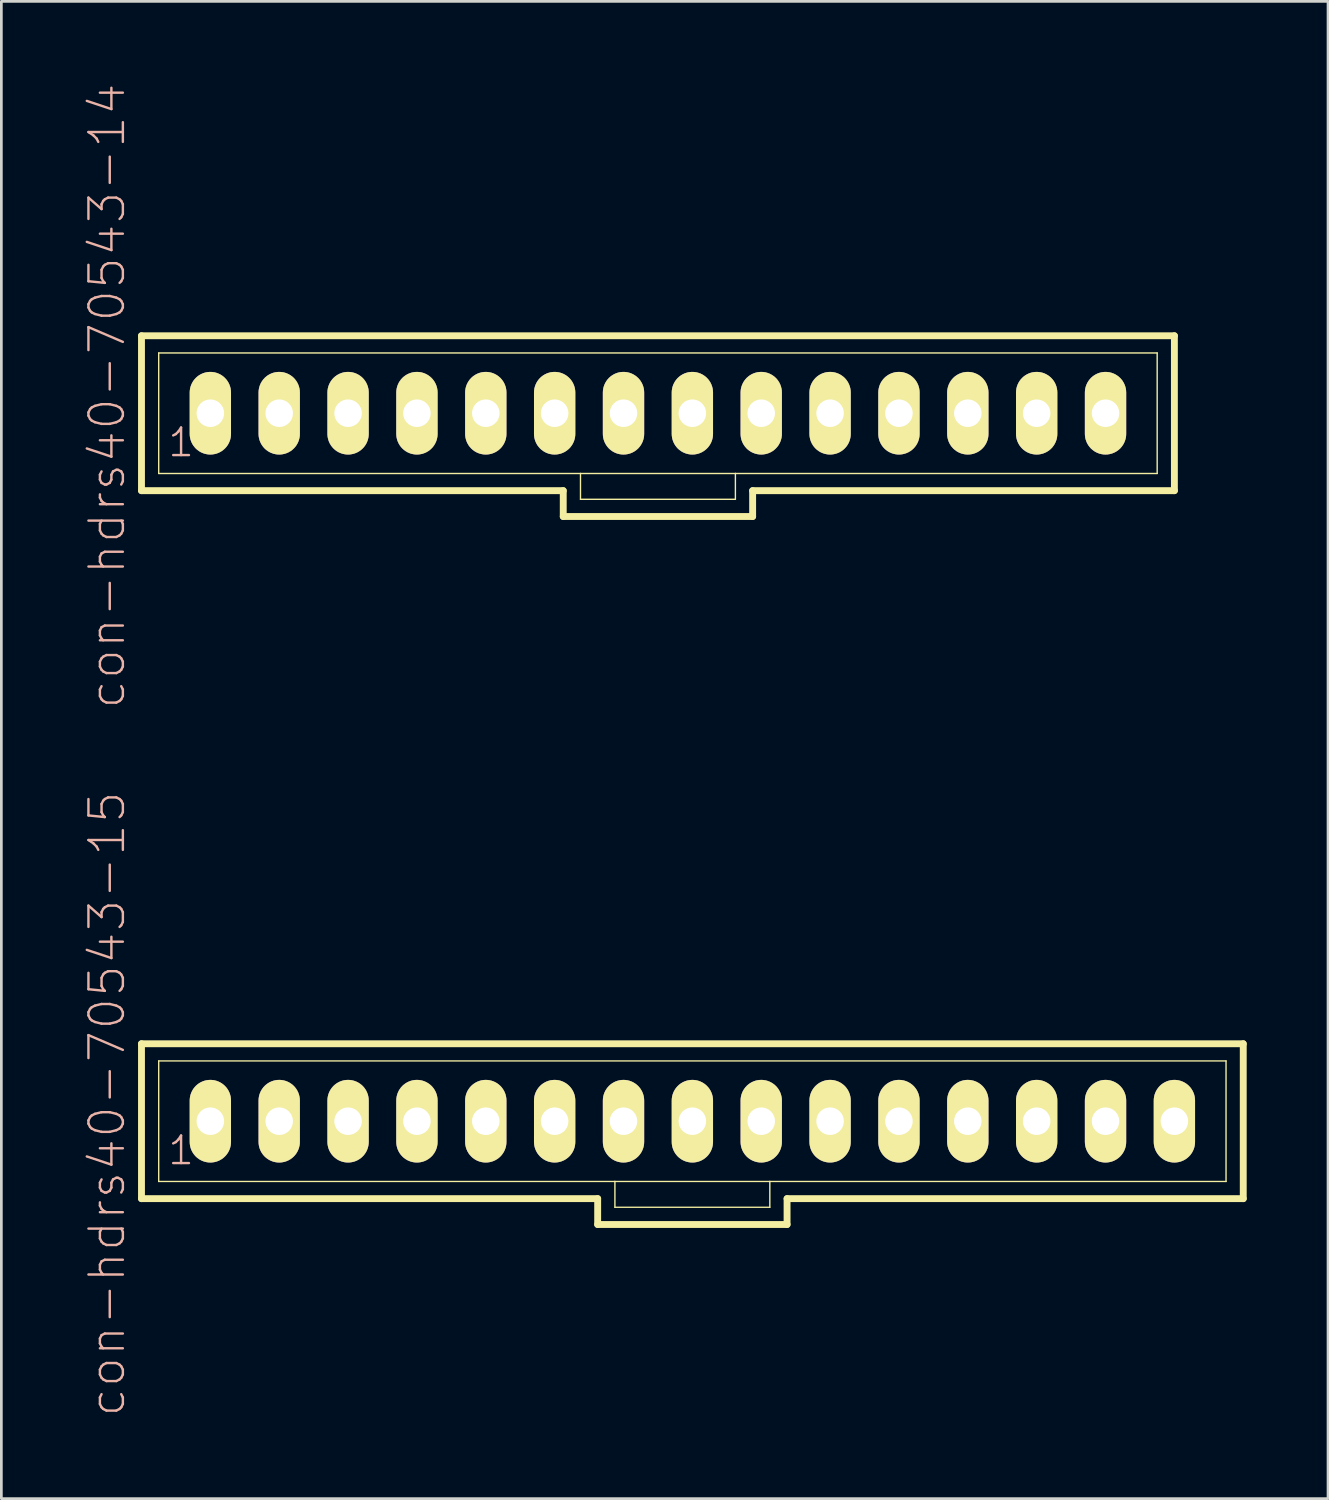
<source format=kicad_pcb>
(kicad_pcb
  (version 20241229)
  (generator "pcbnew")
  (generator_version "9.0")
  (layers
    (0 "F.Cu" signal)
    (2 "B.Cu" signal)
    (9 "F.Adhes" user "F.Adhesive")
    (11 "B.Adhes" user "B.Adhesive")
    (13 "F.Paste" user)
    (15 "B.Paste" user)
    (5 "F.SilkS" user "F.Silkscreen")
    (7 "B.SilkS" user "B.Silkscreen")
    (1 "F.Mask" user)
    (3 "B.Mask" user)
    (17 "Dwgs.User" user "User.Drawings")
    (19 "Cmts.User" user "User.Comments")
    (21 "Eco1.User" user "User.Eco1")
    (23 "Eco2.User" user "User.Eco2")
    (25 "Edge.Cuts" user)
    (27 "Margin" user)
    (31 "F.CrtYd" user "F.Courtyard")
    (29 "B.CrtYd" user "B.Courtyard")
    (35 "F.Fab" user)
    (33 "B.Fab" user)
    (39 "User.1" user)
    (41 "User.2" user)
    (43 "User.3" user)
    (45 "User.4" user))
  (footprint "con-hdrs40-70543-14"
    (layer "F.Cu")
    (at 21.219 12.192)
    (property "Reference" "con-hdrs40-70543-14" (at -20.32 -0.635 90) (layer "B.SilkS") (effects (font (size 1.27 1.27) (thickness 0.089))))
    (attr exclude_from_pos_files exclude_from_bom)
    (fp_line (start -19.05 -2.857) (end -19.05 2.857) (stroke (width 0.254) (type solid)) (layer "F.SilkS"))
    (fp_line (start -19.05 2.857) (end -3.493 2.857) (stroke (width 0.254) (type solid)) (layer "F.SilkS"))
    (fp_line (start -18.415 -2.223) (end -18.415 2.223) (stroke (width 0.051) (type solid)) (layer "F.SilkS"))
    (fp_line (start -18.415 -2.223) (end 18.415 -2.223) (stroke (width 0.051) (type solid)) (layer "F.SilkS"))
    (fp_line (start -18.415 2.223) (end -2.857 2.223) (stroke (width 0.051) (type solid)) (layer "F.SilkS"))
    (fp_line (start -16.746 -0.236) (end -16.271 -0.236) (stroke (width 0.066) (type solid)) (layer "F.SilkS"))
    (fp_line (start -16.746 0.236) (end -16.746 -0.236) (stroke (width 0.066) (type solid)) (layer "F.SilkS"))
    (fp_line (start -16.746 0.236) (end -16.271 0.236) (stroke (width 0.066) (type solid)) (layer "F.SilkS"))
    (fp_line (start -16.271 0.236) (end -16.271 -0.236) (stroke (width 0.066) (type solid)) (layer "F.SilkS"))
    (fp_line (start -14.206 -0.236) (end -13.731 -0.236) (stroke (width 0.066) (type solid)) (layer "F.SilkS"))
    (fp_line (start -14.206 0.236) (end -14.206 -0.236) (stroke (width 0.066) (type solid)) (layer "F.SilkS"))
    (fp_line (start -14.206 0.236) (end -13.731 0.236) (stroke (width 0.066) (type solid)) (layer "F.SilkS"))
    (fp_line (start -13.731 0.236) (end -13.731 -0.236) (stroke (width 0.066) (type solid)) (layer "F.SilkS"))
    (fp_line (start -11.666 -0.236) (end -11.191 -0.236) (stroke (width 0.066) (type solid)) (layer "F.SilkS"))
    (fp_line (start -11.666 0.236) (end -11.666 -0.236) (stroke (width 0.066) (type solid)) (layer "F.SilkS"))
    (fp_line (start -11.666 0.236) (end -11.191 0.236) (stroke (width 0.066) (type solid)) (layer "F.SilkS"))
    (fp_line (start -11.191 0.236) (end -11.191 -0.236) (stroke (width 0.066) (type solid)) (layer "F.SilkS"))
    (fp_line (start -9.126 -0.236) (end -8.651 -0.236) (stroke (width 0.066) (type solid)) (layer "F.SilkS"))
    (fp_line (start -9.126 0.236) (end -9.126 -0.236) (stroke (width 0.066) (type solid)) (layer "F.SilkS"))
    (fp_line (start -9.126 0.236) (end -8.651 0.236) (stroke (width 0.066) (type solid)) (layer "F.SilkS"))
    (fp_line (start -8.651 0.236) (end -8.651 -0.236) (stroke (width 0.066) (type solid)) (layer "F.SilkS"))
    (fp_line (start -6.586 -0.236) (end -6.111 -0.236) (stroke (width 0.066) (type solid)) (layer "F.SilkS"))
    (fp_line (start -6.586 0.236) (end -6.586 -0.236) (stroke (width 0.066) (type solid)) (layer "F.SilkS"))
    (fp_line (start -6.586 0.236) (end -6.111 0.236) (stroke (width 0.066) (type solid)) (layer "F.SilkS"))
    (fp_line (start -6.111 0.236) (end -6.111 -0.236) (stroke (width 0.066) (type solid)) (layer "F.SilkS"))
    (fp_line (start -4.046 -0.236) (end -3.571 -0.236) (stroke (width 0.066) (type solid)) (layer "F.SilkS"))
    (fp_line (start -4.046 0.236) (end -4.046 -0.236) (stroke (width 0.066) (type solid)) (layer "F.SilkS"))
    (fp_line (start -4.046 0.236) (end -3.571 0.236) (stroke (width 0.066) (type solid)) (layer "F.SilkS"))
    (fp_line (start -3.571 0.236) (end -3.571 -0.236) (stroke (width 0.066) (type solid)) (layer "F.SilkS"))
    (fp_line (start -3.493 2.857) (end -3.493 3.81) (stroke (width 0.254) (type solid)) (layer "F.SilkS"))
    (fp_line (start -3.493 3.81) (end 3.493 3.81) (stroke (width 0.254) (type solid)) (layer "F.SilkS"))
    (fp_line (start -2.857 2.223) (end -2.857 3.175) (stroke (width 0.051) (type solid)) (layer "F.SilkS"))
    (fp_line (start -2.857 2.223) (end 2.857 2.223) (stroke (width 0.051) (type solid)) (layer "F.SilkS"))
    (fp_line (start -1.506 -0.236) (end -1.031 -0.236) (stroke (width 0.066) (type solid)) (layer "F.SilkS"))
    (fp_line (start -1.506 0.236) (end -1.506 -0.236) (stroke (width 0.066) (type solid)) (layer "F.SilkS"))
    (fp_line (start -1.506 0.236) (end -1.031 0.236) (stroke (width 0.066) (type solid)) (layer "F.SilkS"))
    (fp_line (start -1.031 0.236) (end -1.031 -0.236) (stroke (width 0.066) (type solid)) (layer "F.SilkS"))
    (fp_line (start 1.031 -0.236) (end 1.506 -0.236) (stroke (width 0.066) (type solid)) (layer "F.SilkS"))
    (fp_line (start 1.031 0.236) (end 1.031 -0.236) (stroke (width 0.066) (type solid)) (layer "F.SilkS"))
    (fp_line (start 1.031 0.236) (end 1.506 0.236) (stroke (width 0.066) (type solid)) (layer "F.SilkS"))
    (fp_line (start 1.506 0.236) (end 1.506 -0.236) (stroke (width 0.066) (type solid)) (layer "F.SilkS"))
    (fp_line (start 2.857 2.223) (end 2.857 3.175) (stroke (width 0.051) (type solid)) (layer "F.SilkS"))
    (fp_line (start 2.857 2.223) (end 18.415 2.223) (stroke (width 0.051) (type solid)) (layer "F.SilkS"))
    (fp_line (start 2.857 3.175) (end -2.857 3.175) (stroke (width 0.051) (type solid)) (layer "F.SilkS"))
    (fp_line (start 3.493 2.857) (end 19.05 2.857) (stroke (width 0.254) (type solid)) (layer "F.SilkS"))
    (fp_line (start 3.493 3.81) (end 3.493 2.857) (stroke (width 0.254) (type solid)) (layer "F.SilkS"))
    (fp_line (start 3.571 -0.236) (end 4.046 -0.236) (stroke (width 0.066) (type solid)) (layer "F.SilkS"))
    (fp_line (start 3.571 0.236) (end 3.571 -0.236) (stroke (width 0.066) (type solid)) (layer "F.SilkS"))
    (fp_line (start 3.571 0.236) (end 4.046 0.236) (stroke (width 0.066) (type solid)) (layer "F.SilkS"))
    (fp_line (start 4.046 0.236) (end 4.046 -0.236) (stroke (width 0.066) (type solid)) (layer "F.SilkS"))
    (fp_line (start 6.111 -0.236) (end 6.586 -0.236) (stroke (width 0.066) (type solid)) (layer "F.SilkS"))
    (fp_line (start 6.111 0.236) (end 6.111 -0.236) (stroke (width 0.066) (type solid)) (layer "F.SilkS"))
    (fp_line (start 6.111 0.236) (end 6.586 0.236) (stroke (width 0.066) (type solid)) (layer "F.SilkS"))
    (fp_line (start 6.586 0.236) (end 6.586 -0.236) (stroke (width 0.066) (type solid)) (layer "F.SilkS"))
    (fp_line (start 8.651 -0.236) (end 9.126 -0.236) (stroke (width 0.066) (type solid)) (layer "F.SilkS"))
    (fp_line (start 8.651 0.236) (end 8.651 -0.236) (stroke (width 0.066) (type solid)) (layer "F.SilkS"))
    (fp_line (start 8.651 0.236) (end 9.126 0.236) (stroke (width 0.066) (type solid)) (layer "F.SilkS"))
    (fp_line (start 9.126 0.236) (end 9.126 -0.236) (stroke (width 0.066) (type solid)) (layer "F.SilkS"))
    (fp_line (start 11.191 -0.236) (end 11.666 -0.236) (stroke (width 0.066) (type solid)) (layer "F.SilkS"))
    (fp_line (start 11.191 0.236) (end 11.191 -0.236) (stroke (width 0.066) (type solid)) (layer "F.SilkS"))
    (fp_line (start 11.191 0.236) (end 11.666 0.236) (stroke (width 0.066) (type solid)) (layer "F.SilkS"))
    (fp_line (start 11.666 0.236) (end 11.666 -0.236) (stroke (width 0.066) (type solid)) (layer "F.SilkS"))
    (fp_line (start 13.731 -0.236) (end 14.206 -0.236) (stroke (width 0.066) (type solid)) (layer "F.SilkS"))
    (fp_line (start 13.731 0.236) (end 13.731 -0.236) (stroke (width 0.066) (type solid)) (layer "F.SilkS"))
    (fp_line (start 13.731 0.236) (end 14.206 0.236) (stroke (width 0.066) (type solid)) (layer "F.SilkS"))
    (fp_line (start 14.206 0.236) (end 14.206 -0.236) (stroke (width 0.066) (type solid)) (layer "F.SilkS"))
    (fp_line (start 16.271 -0.236) (end 16.746 -0.236) (stroke (width 0.066) (type solid)) (layer "F.SilkS"))
    (fp_line (start 16.271 0.236) (end 16.271 -0.236) (stroke (width 0.066) (type solid)) (layer "F.SilkS"))
    (fp_line (start 16.271 0.236) (end 16.746 0.236) (stroke (width 0.066) (type solid)) (layer "F.SilkS"))
    (fp_line (start 16.746 0.236) (end 16.746 -0.236) (stroke (width 0.066) (type solid)) (layer "F.SilkS"))
    (fp_line (start 18.415 -2.223) (end 18.415 2.223) (stroke (width 0.051) (type solid)) (layer "F.SilkS"))
    (fp_line (start 19.05 -2.857) (end -19.05 -2.857) (stroke (width 0.254) (type solid)) (layer "F.SilkS"))
    (fp_line (start 19.05 2.857) (end 19.05 -2.857) (stroke (width 0.254) (type solid)) (layer "F.SilkS"))
    (fp_text user "1" (at -17.59 1.079 0) (layer "B.SilkS") (effects (font (size 1.016 1.016) (thickness 0.089))))
    (pad "1" thru_hole oval (at -16.51 0) (size 1.524 3.048) (drill 1.016) (layers "*.Cu" "F.Mask" "F.SilkS" "F.Paste"))
    (pad "2" thru_hole oval (at -13.97 0) (size 1.524 3.048) (drill 1.016) (layers "*.Cu" "F.Mask" "F.SilkS" "F.Paste"))
    (pad "3" thru_hole oval (at -11.43 0) (size 1.524 3.048) (drill 1.016) (layers "*.Cu" "F.Mask" "F.SilkS" "F.Paste"))
    (pad "4" thru_hole oval (at -8.89 0) (size 1.524 3.048) (drill 1.016) (layers "*.Cu" "F.Mask" "F.SilkS" "F.Paste"))
    (pad "5" thru_hole oval (at -6.35 0) (size 1.524 3.048) (drill 1.016) (layers "*.Cu" "F.Mask" "F.SilkS" "F.Paste"))
    (pad "6" thru_hole oval (at -3.81 0) (size 1.524 3.048) (drill 1.016) (layers "*.Cu" "F.Mask" "F.SilkS" "F.Paste"))
    (pad "7" thru_hole oval (at -1.27 0) (size 1.524 3.048) (drill 1.016) (layers "*.Cu" "F.Mask" "F.SilkS" "F.Paste"))
    (pad "8" thru_hole oval (at 1.27 0) (size 1.524 3.048) (drill 1.016) (layers "*.Cu" "F.Mask" "F.SilkS" "F.Paste"))
    (pad "9" thru_hole oval (at 3.81 0) (size 1.524 3.048) (drill 1.016) (layers "*.Cu" "F.Mask" "F.SilkS" "F.Paste"))
    (pad "10" thru_hole oval (at 6.35 0) (size 1.524 3.048) (drill 1.016) (layers "*.Cu" "F.Mask" "F.SilkS" "F.Paste"))
    (pad "11" thru_hole oval (at 8.89 0) (size 1.524 3.048) (drill 1.016) (layers "*.Cu" "F.Mask" "F.SilkS" "F.Paste"))
    (pad "12" thru_hole oval (at 11.43 0) (size 1.524 3.048) (drill 1.016) (layers "*.Cu" "F.Mask" "F.SilkS" "F.Paste"))
    (pad "13" thru_hole oval (at 13.97 0) (size 1.524 3.048) (drill 1.016) (layers "*.Cu" "F.Mask" "F.SilkS" "F.Paste"))
    (pad "14" thru_hole oval (at 16.51 0) (size 1.524 3.048) (drill 1.016) (layers "*.Cu" "F.Mask" "F.SilkS" "F.Paste")))
  (footprint "con-hdrs40-70543-15"
    (layer "F.Cu")
    (at 22.489 38.307)
    (property "Reference" "con-hdrs40-70543-15" (at -21.59 -0.635 90) (layer "B.SilkS") (effects (font (size 1.27 1.27) (thickness 0.089))))
    (attr exclude_from_pos_files exclude_from_bom)
    (fp_line (start -20.32 -2.857) (end -20.32 2.857) (stroke (width 0.254) (type solid)) (layer "F.SilkS"))
    (fp_line (start -20.32 2.857) (end -3.493 2.857) (stroke (width 0.254) (type solid)) (layer "F.SilkS"))
    (fp_line (start -19.685 -2.223) (end -19.685 2.223) (stroke (width 0.051) (type solid)) (layer "F.SilkS"))
    (fp_line (start -19.685 -2.223) (end 19.685 -2.223) (stroke (width 0.051) (type solid)) (layer "F.SilkS"))
    (fp_line (start -19.685 2.223) (end -2.857 2.223) (stroke (width 0.051) (type solid)) (layer "F.SilkS"))
    (fp_line (start -18.016 -0.236) (end -17.541 -0.236) (stroke (width 0.066) (type solid)) (layer "F.SilkS"))
    (fp_line (start -18.016 0.236) (end -18.016 -0.236) (stroke (width 0.066) (type solid)) (layer "F.SilkS"))
    (fp_line (start -18.016 0.236) (end -17.541 0.236) (stroke (width 0.066) (type solid)) (layer "F.SilkS"))
    (fp_line (start -17.541 0.236) (end -17.541 -0.236) (stroke (width 0.066) (type solid)) (layer "F.SilkS"))
    (fp_line (start -15.476 -0.236) (end -15.001 -0.236) (stroke (width 0.066) (type solid)) (layer "F.SilkS"))
    (fp_line (start -15.476 0.236) (end -15.476 -0.236) (stroke (width 0.066) (type solid)) (layer "F.SilkS"))
    (fp_line (start -15.476 0.236) (end -15.001 0.236) (stroke (width 0.066) (type solid)) (layer "F.SilkS"))
    (fp_line (start -15.001 0.236) (end -15.001 -0.236) (stroke (width 0.066) (type solid)) (layer "F.SilkS"))
    (fp_line (start -12.936 -0.236) (end -12.461 -0.236) (stroke (width 0.066) (type solid)) (layer "F.SilkS"))
    (fp_line (start -12.936 0.236) (end -12.936 -0.236) (stroke (width 0.066) (type solid)) (layer "F.SilkS"))
    (fp_line (start -12.936 0.236) (end -12.461 0.236) (stroke (width 0.066) (type solid)) (layer "F.SilkS"))
    (fp_line (start -12.461 0.236) (end -12.461 -0.236) (stroke (width 0.066) (type solid)) (layer "F.SilkS"))
    (fp_line (start -10.396 -0.236) (end -9.921 -0.236) (stroke (width 0.066) (type solid)) (layer "F.SilkS"))
    (fp_line (start -10.396 0.236) (end -10.396 -0.236) (stroke (width 0.066) (type solid)) (layer "F.SilkS"))
    (fp_line (start -10.396 0.236) (end -9.921 0.236) (stroke (width 0.066) (type solid)) (layer "F.SilkS"))
    (fp_line (start -9.921 0.236) (end -9.921 -0.236) (stroke (width 0.066) (type solid)) (layer "F.SilkS"))
    (fp_line (start -7.856 -0.236) (end -7.381 -0.236) (stroke (width 0.066) (type solid)) (layer "F.SilkS"))
    (fp_line (start -7.856 0.236) (end -7.856 -0.236) (stroke (width 0.066) (type solid)) (layer "F.SilkS"))
    (fp_line (start -7.856 0.236) (end -7.381 0.236) (stroke (width 0.066) (type solid)) (layer "F.SilkS"))
    (fp_line (start -7.381 0.236) (end -7.381 -0.236) (stroke (width 0.066) (type solid)) (layer "F.SilkS"))
    (fp_line (start -5.316 -0.236) (end -4.841 -0.236) (stroke (width 0.066) (type solid)) (layer "F.SilkS"))
    (fp_line (start -5.316 0.236) (end -5.316 -0.236) (stroke (width 0.066) (type solid)) (layer "F.SilkS"))
    (fp_line (start -5.316 0.236) (end -4.841 0.236) (stroke (width 0.066) (type solid)) (layer "F.SilkS"))
    (fp_line (start -4.841 0.236) (end -4.841 -0.236) (stroke (width 0.066) (type solid)) (layer "F.SilkS"))
    (fp_line (start -3.493 2.857) (end -3.493 3.81) (stroke (width 0.254) (type solid)) (layer "F.SilkS"))
    (fp_line (start -3.493 3.81) (end 3.493 3.81) (stroke (width 0.254) (type solid)) (layer "F.SilkS"))
    (fp_line (start -2.857 2.223) (end -2.857 3.175) (stroke (width 0.051) (type solid)) (layer "F.SilkS"))
    (fp_line (start -2.857 2.223) (end 2.857 2.223) (stroke (width 0.051) (type solid)) (layer "F.SilkS"))
    (fp_line (start -2.776 -0.236) (end -2.301 -0.236) (stroke (width 0.066) (type solid)) (layer "F.SilkS"))
    (fp_line (start -2.776 0.236) (end -2.776 -0.236) (stroke (width 0.066) (type solid)) (layer "F.SilkS"))
    (fp_line (start -2.776 0.236) (end -2.301 0.236) (stroke (width 0.066) (type solid)) (layer "F.SilkS"))
    (fp_line (start -2.301 0.236) (end -2.301 -0.236) (stroke (width 0.066) (type solid)) (layer "F.SilkS"))
    (fp_line (start -0.236 -0.236) (end 0.236 -0.236) (stroke (width 0.066) (type solid)) (layer "F.SilkS"))
    (fp_line (start -0.236 0.236) (end -0.236 -0.236) (stroke (width 0.066) (type solid)) (layer "F.SilkS"))
    (fp_line (start -0.236 0.236) (end 0.236 0.236) (stroke (width 0.066) (type solid)) (layer "F.SilkS"))
    (fp_line (start 0.236 0.236) (end 0.236 -0.236) (stroke (width 0.066) (type solid)) (layer "F.SilkS"))
    (fp_line (start 2.301 -0.236) (end 2.776 -0.236) (stroke (width 0.066) (type solid)) (layer "F.SilkS"))
    (fp_line (start 2.301 0.236) (end 2.301 -0.236) (stroke (width 0.066) (type solid)) (layer "F.SilkS"))
    (fp_line (start 2.301 0.236) (end 2.776 0.236) (stroke (width 0.066) (type solid)) (layer "F.SilkS"))
    (fp_line (start 2.776 0.236) (end 2.776 -0.236) (stroke (width 0.066) (type solid)) (layer "F.SilkS"))
    (fp_line (start 2.857 2.223) (end 2.857 3.175) (stroke (width 0.051) (type solid)) (layer "F.SilkS"))
    (fp_line (start 2.857 2.223) (end 19.685 2.223) (stroke (width 0.051) (type solid)) (layer "F.SilkS"))
    (fp_line (start 2.857 3.175) (end -2.857 3.175) (stroke (width 0.051) (type solid)) (layer "F.SilkS"))
    (fp_line (start 3.493 2.857) (end 20.32 2.857) (stroke (width 0.254) (type solid)) (layer "F.SilkS"))
    (fp_line (start 3.493 3.81) (end 3.493 2.857) (stroke (width 0.254) (type solid)) (layer "F.SilkS"))
    (fp_line (start 4.841 -0.236) (end 5.316 -0.236) (stroke (width 0.066) (type solid)) (layer "F.SilkS"))
    (fp_line (start 4.841 0.236) (end 4.841 -0.236) (stroke (width 0.066) (type solid)) (layer "F.SilkS"))
    (fp_line (start 4.841 0.236) (end 5.316 0.236) (stroke (width 0.066) (type solid)) (layer "F.SilkS"))
    (fp_line (start 5.316 0.236) (end 5.316 -0.236) (stroke (width 0.066) (type solid)) (layer "F.SilkS"))
    (fp_line (start 7.381 -0.236) (end 7.856 -0.236) (stroke (width 0.066) (type solid)) (layer "F.SilkS"))
    (fp_line (start 7.381 0.236) (end 7.381 -0.236) (stroke (width 0.066) (type solid)) (layer "F.SilkS"))
    (fp_line (start 7.381 0.236) (end 7.856 0.236) (stroke (width 0.066) (type solid)) (layer "F.SilkS"))
    (fp_line (start 7.856 0.236) (end 7.856 -0.236) (stroke (width 0.066) (type solid)) (layer "F.SilkS"))
    (fp_line (start 9.921 -0.236) (end 10.396 -0.236) (stroke (width 0.066) (type solid)) (layer "F.SilkS"))
    (fp_line (start 9.921 0.236) (end 9.921 -0.236) (stroke (width 0.066) (type solid)) (layer "F.SilkS"))
    (fp_line (start 9.921 0.236) (end 10.396 0.236) (stroke (width 0.066) (type solid)) (layer "F.SilkS"))
    (fp_line (start 10.396 0.236) (end 10.396 -0.236) (stroke (width 0.066) (type solid)) (layer "F.SilkS"))
    (fp_line (start 12.461 -0.236) (end 12.936 -0.236) (stroke (width 0.066) (type solid)) (layer "F.SilkS"))
    (fp_line (start 12.461 0.236) (end 12.461 -0.236) (stroke (width 0.066) (type solid)) (layer "F.SilkS"))
    (fp_line (start 12.461 0.236) (end 12.936 0.236) (stroke (width 0.066) (type solid)) (layer "F.SilkS"))
    (fp_line (start 12.936 0.236) (end 12.936 -0.236) (stroke (width 0.066) (type solid)) (layer "F.SilkS"))
    (fp_line (start 15.001 -0.236) (end 15.476 -0.236) (stroke (width 0.066) (type solid)) (layer "F.SilkS"))
    (fp_line (start 15.001 0.236) (end 15.001 -0.236) (stroke (width 0.066) (type solid)) (layer "F.SilkS"))
    (fp_line (start 15.001 0.236) (end 15.476 0.236) (stroke (width 0.066) (type solid)) (layer "F.SilkS"))
    (fp_line (start 15.476 0.236) (end 15.476 -0.236) (stroke (width 0.066) (type solid)) (layer "F.SilkS"))
    (fp_line (start 17.541 -0.236) (end 18.016 -0.236) (stroke (width 0.066) (type solid)) (layer "F.SilkS"))
    (fp_line (start 17.541 0.236) (end 17.541 -0.236) (stroke (width 0.066) (type solid)) (layer "F.SilkS"))
    (fp_line (start 17.541 0.236) (end 18.016 0.236) (stroke (width 0.066) (type solid)) (layer "F.SilkS"))
    (fp_line (start 18.016 0.236) (end 18.016 -0.236) (stroke (width 0.066) (type solid)) (layer "F.SilkS"))
    (fp_line (start 19.685 -2.223) (end 19.685 2.223) (stroke (width 0.051) (type solid)) (layer "F.SilkS"))
    (fp_line (start 20.32 -2.857) (end -20.32 -2.857) (stroke (width 0.254) (type solid)) (layer "F.SilkS"))
    (fp_line (start 20.32 2.857) (end 20.32 -2.857) (stroke (width 0.254) (type solid)) (layer "F.SilkS"))
    (fp_text user "1" (at -18.86 1.079 0) (layer "B.SilkS") (effects (font (size 1.016 1.016) (thickness 0.089))))
    (pad "1" thru_hole oval (at -17.78 0) (size 1.524 3.048) (drill 1.016) (layers "*.Cu" "F.Mask" "F.SilkS" "F.Paste"))
    (pad "2" thru_hole oval (at -15.24 0) (size 1.524 3.048) (drill 1.016) (layers "*.Cu" "F.Mask" "F.SilkS" "F.Paste"))
    (pad "3" thru_hole oval (at -12.7 0) (size 1.524 3.048) (drill 1.016) (layers "*.Cu" "F.Mask" "F.SilkS" "F.Paste"))
    (pad "4" thru_hole oval (at -10.16 0) (size 1.524 3.048) (drill 1.016) (layers "*.Cu" "F.Mask" "F.SilkS" "F.Paste"))
    (pad "5" thru_hole oval (at -7.62 0) (size 1.524 3.048) (drill 1.016) (layers "*.Cu" "F.Mask" "F.SilkS" "F.Paste"))
    (pad "6" thru_hole oval (at -5.08 0) (size 1.524 3.048) (drill 1.016) (layers "*.Cu" "F.Mask" "F.SilkS" "F.Paste"))
    (pad "7" thru_hole oval (at -2.54 0) (size 1.524 3.048) (drill 1.016) (layers "*.Cu" "F.Mask" "F.SilkS" "F.Paste"))
    (pad "8" thru_hole oval (at 0 0) (size 1.524 3.048) (drill 1.016) (layers "*.Cu" "F.Mask" "F.SilkS" "F.Paste"))
    (pad "9" thru_hole oval (at 2.54 0) (size 1.524 3.048) (drill 1.016) (layers "*.Cu" "F.Mask" "F.SilkS" "F.Paste"))
    (pad "10" thru_hole oval (at 5.08 0) (size 1.524 3.048) (drill 1.016) (layers "*.Cu" "F.Mask" "F.SilkS" "F.Paste"))
    (pad "11" thru_hole oval (at 7.62 0) (size 1.524 3.048) (drill 1.016) (layers "*.Cu" "F.Mask" "F.SilkS" "F.Paste"))
    (pad "12" thru_hole oval (at 10.16 0) (size 1.524 3.048) (drill 1.016) (layers "*.Cu" "F.Mask" "F.SilkS" "F.Paste"))
    (pad "13" thru_hole oval (at 12.7 0) (size 1.524 3.048) (drill 1.016) (layers "*.Cu" "F.Mask" "F.SilkS" "F.Paste"))
    (pad "14" thru_hole oval (at 15.24 0) (size 1.524 3.048) (drill 1.016) (layers "*.Cu" "F.Mask" "F.SilkS" "F.Paste"))
    (pad "15" thru_hole oval (at 17.78 0) (size 1.524 3.048) (drill 1.016) (layers "*.Cu" "F.Mask" "F.SilkS" "F.Paste")))
  (gr_rect
    (start -3 -3)
    (end 45.936 52.229)
    (stroke (width 0.1) (type default))
    (fill no)
    (layer "Edge.Cuts")))
</source>
